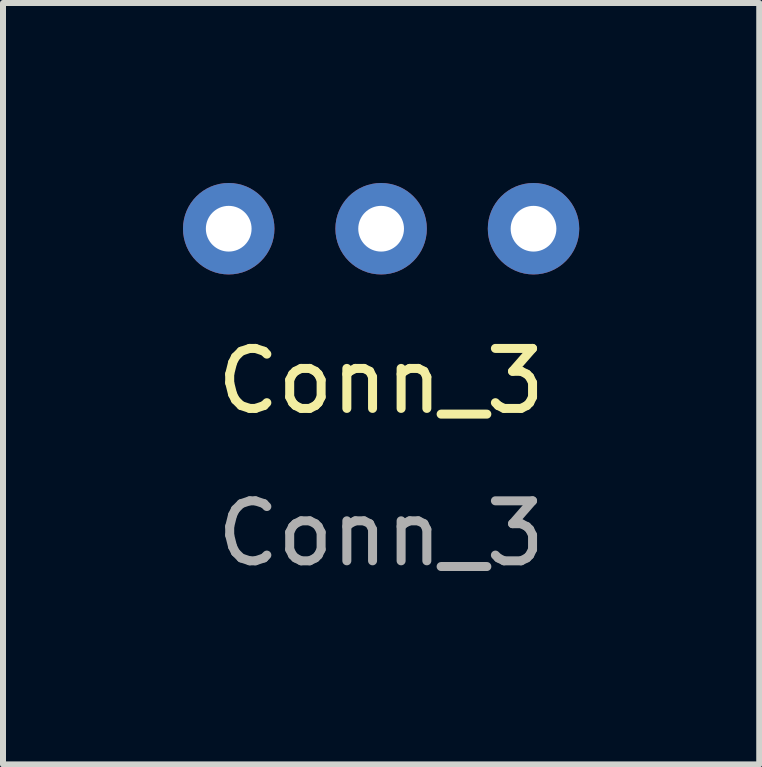
<source format=kicad_pcb>
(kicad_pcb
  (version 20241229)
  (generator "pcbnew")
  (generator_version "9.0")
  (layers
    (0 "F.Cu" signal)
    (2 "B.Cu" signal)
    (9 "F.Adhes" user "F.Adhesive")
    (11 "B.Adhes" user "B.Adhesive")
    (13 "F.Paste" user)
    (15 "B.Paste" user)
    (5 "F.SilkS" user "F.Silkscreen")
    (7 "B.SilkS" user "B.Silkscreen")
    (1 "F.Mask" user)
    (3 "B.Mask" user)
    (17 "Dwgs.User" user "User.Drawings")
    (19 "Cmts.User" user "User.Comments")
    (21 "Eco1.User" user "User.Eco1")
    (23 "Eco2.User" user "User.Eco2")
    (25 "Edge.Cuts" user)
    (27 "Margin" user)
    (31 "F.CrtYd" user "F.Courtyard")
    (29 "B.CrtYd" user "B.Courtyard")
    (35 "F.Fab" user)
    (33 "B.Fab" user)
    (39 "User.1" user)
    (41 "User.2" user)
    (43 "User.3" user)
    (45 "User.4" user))
  (footprint "Conn_3"
    (layer "F.Cu")
    (at 3.302 0.762)
    (property "Reference" "Conn_3" (at 0 2.54 0) (unlocked yes) (layer "F.SilkS") (effects (font (size 1 1) (thickness 0.15))))
    (attr through_hole)
    (fp_text user "${REFERENCE}" (at 0 5.08 0) (unlocked yes) (layer "F.Fab") (effects (font (size 1 1) (thickness 0.15))))
    (pad "1" thru_hole circle (at -2.54 0) (size 1.524 1.524) (drill 0.762) (layers "*.Cu" "*.Mask"))
    (pad "2" thru_hole circle (at 0 0) (size 1.524 1.524) (drill 0.762) (layers "*.Cu" "*.Mask"))
    (pad "3" thru_hole circle (at 2.54 0) (size 1.524 1.524) (drill 0.762) (layers "*.Cu" "*.Mask")))
  (gr_rect
    (start -3 -3)
    (end 9.604 9.69)
    (stroke (width 0.1) (type default))
    (fill no)
    (layer "Edge.Cuts")))
</source>
